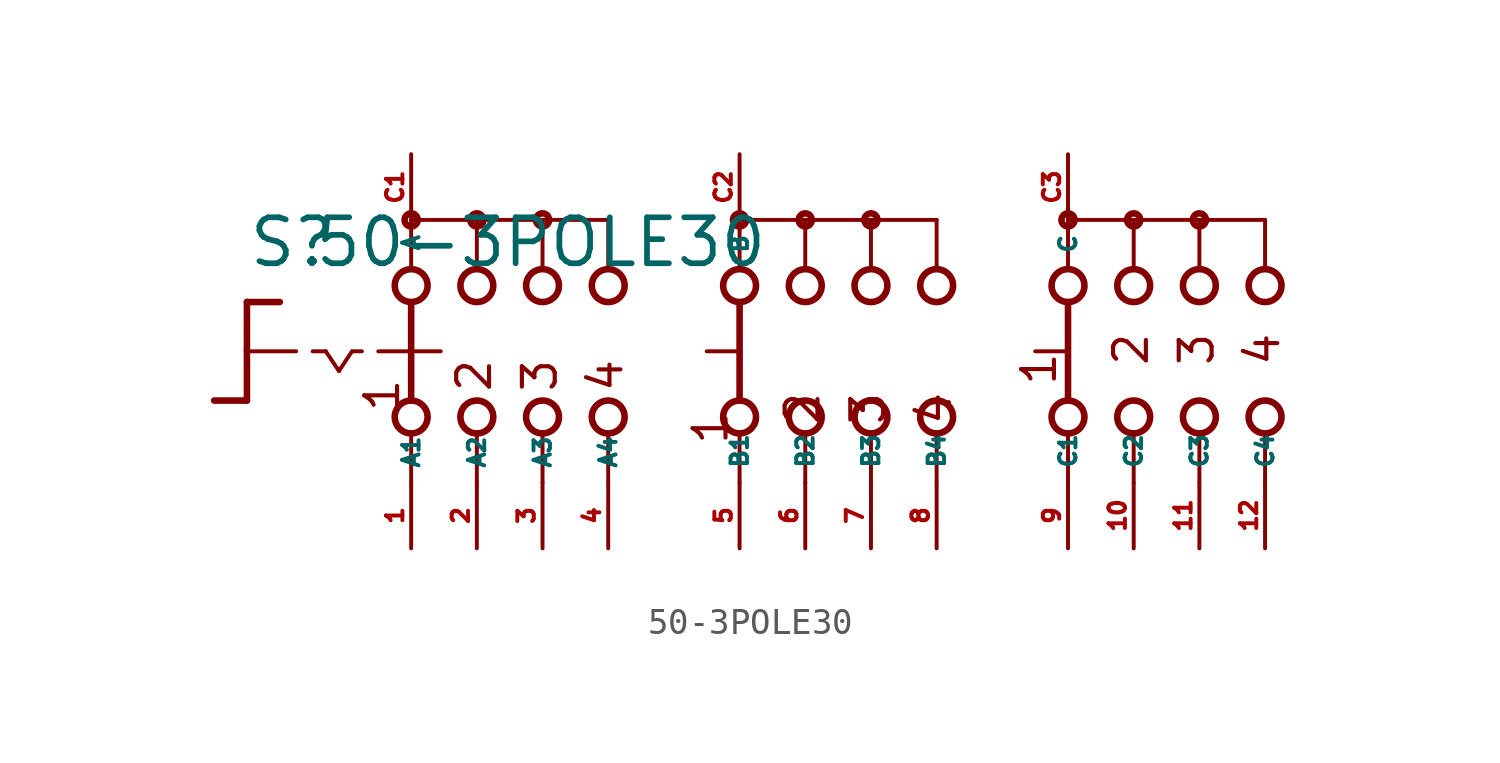
<source format=kicad_sym>
(kicad_symbol_lib
  (version 20220914)
  (generator Eagle2Kicad)
  (symbol "50-3POLE30"
    (property "Reference" "S"
      (at -19.05 3.175 0)
      (effects (font (size 1.778 1.778) (thickness 0.22)) (justify left bottom)))
    (property "Value" "50-3POLE30"
      (at -16.51 3.175 0)
      (effects (font (size 1.778 1.778) (thickness 0.22)) (justify left bottom)))
    (polyline
      (pts (xy -19.05 1.905) (xy -17.78 1.905))
      (stroke (width 0.254) (type default))
      (fill (type none)))
    (polyline
      (pts (xy -19.05 1.905) (xy -19.05 0))
      (stroke (width 0.254) (type default))
      (fill (type none)))
    (polyline
      (pts (xy -19.05 -1.905) (xy -20.32 -1.905))
      (stroke (width 0.254) (type default))
      (fill (type none)))
    (polyline
      (pts (xy -19.05 0) (xy -17.145 0))
      (stroke (width 0.152) (type default))
      (fill (type none)))
    (polyline
      (pts (xy -19.05 0) (xy -19.05 -1.905))
      (stroke (width 0.254) (type default))
      (fill (type none)))
    (polyline
      (pts (xy -16.51 0) (xy -16.002 0))
      (stroke (width 0.152) (type default))
      (fill (type none)))
    (polyline
      (pts (xy -14.986 0) (xy -14.605 0))
      (stroke (width 0.152) (type default))
      (fill (type none)))
    (polyline
      (pts (xy -13.97 0) (xy -12.827 0))
      (stroke (width 0.152) (type default))
      (fill (type none)))
    (polyline
      (pts (xy -16.002 0) (xy -15.494 -0.762))
      (stroke (width 0.152) (type default))
      (fill (type none)))
    (polyline
      (pts (xy -15.494 -0.762) (xy -14.986 0))
      (stroke (width 0.152) (type default))
      (fill (type none)))
    (polyline
      (pts (xy -10.16 3.175) (xy -10.16 5.08))
      (stroke (width 0.152) (type default))
      (fill (type none)))
    (polyline
      (pts (xy -7.62 3.175) (xy -7.62 5.08))
      (stroke (width 0.152) (type default))
      (fill (type none)))
    (polyline
      (pts (xy -5.08 3.175) (xy -5.08 5.08))
      (stroke (width 0.152) (type default))
      (fill (type none)))
    (polyline
      (pts (xy -10.16 -5.08) (xy -10.16 -3.175))
      (stroke (width 0.152) (type default))
      (fill (type none)))
    (polyline
      (pts (xy -7.62 -5.08) (xy -7.62 -3.175))
      (stroke (width 0.152) (type default))
      (fill (type none)))
    (polyline
      (pts (xy -5.08 -5.08) (xy -5.08 -3.175))
      (stroke (width 0.152) (type default))
      (fill (type none)))
    (polyline
      (pts (xy -7.62 5.08) (xy -10.16 5.08))
      (stroke (width 0.152) (type default))
      (fill (type none)))
    (polyline
      (pts (xy -7.62 5.08) (xy -5.08 5.08))
      (stroke (width 0.152) (type default))
      (fill (type none)))
    (polyline
      (pts (xy 0 -5.08) (xy 0 -3.175))
      (stroke (width 0.152) (type default))
      (fill (type none)))
    (polyline
      (pts (xy 2.54 -5.08) (xy 2.54 -3.175))
      (stroke (width 0.152) (type default))
      (fill (type none)))
    (polyline
      (pts (xy 0 3.175) (xy 0 5.08))
      (stroke (width 0.152) (type default))
      (fill (type none)))
    (polyline
      (pts (xy 2.54 3.175) (xy 2.54 5.08))
      (stroke (width 0.152) (type default))
      (fill (type none)))
    (polyline
      (pts (xy 0 5.08) (xy 2.54 5.08))
      (stroke (width 0.152) (type default))
      (fill (type none)))
    (polyline
      (pts (xy -12.7 5.08) (xy -12.7 3.175))
      (stroke (width 0.152) (type default))
      (fill (type none)))
    (polyline
      (pts (xy -12.7 1.905) (xy -12.7 0))
      (stroke (width 0.254) (type default))
      (fill (type none)))
    (polyline
      (pts (xy -12.7 -3.175) (xy -12.7 -5.08))
      (stroke (width 0.152) (type default))
      (fill (type none)))
    (polyline
      (pts (xy -10.16 5.08) (xy -12.7 5.08))
      (stroke (width 0.152) (type default))
      (fill (type none)))
    (polyline
      (pts (xy 5.08 3.175) (xy 5.08 5.08))
      (stroke (width 0.152) (type default))
      (fill (type none)))
    (polyline
      (pts (xy 5.08 -5.08) (xy 5.08 -3.175))
      (stroke (width 0.152) (type default))
      (fill (type none)))
    (polyline
      (pts (xy 7.62 3.175) (xy 7.62 5.08))
      (stroke (width 0.152) (type default))
      (fill (type none)))
    (polyline
      (pts (xy 12.7 3.175) (xy 12.7 5.08))
      (stroke (width 0.152) (type default))
      (fill (type none)))
    (polyline
      (pts (xy 15.24 3.175) (xy 15.24 5.08))
      (stroke (width 0.152) (type default))
      (fill (type none)))
    (polyline
      (pts (xy 17.78 3.175) (xy 17.78 5.08))
      (stroke (width 0.152) (type default))
      (fill (type none)))
    (polyline
      (pts (xy 20.32 3.175) (xy 20.32 5.08))
      (stroke (width 0.152) (type default))
      (fill (type none)))
    (polyline
      (pts (xy 5.08 5.08) (xy 7.62 5.08))
      (stroke (width 0.152) (type default))
      (fill (type none)))
    (polyline
      (pts (xy 12.7 5.08) (xy 15.24 5.08))
      (stroke (width 0.152) (type default))
      (fill (type none)))
    (polyline
      (pts (xy 15.24 5.08) (xy 17.78 5.08))
      (stroke (width 0.152) (type default))
      (fill (type none)))
    (polyline
      (pts (xy 17.78 5.08) (xy 20.32 5.08))
      (stroke (width 0.152) (type default))
      (fill (type none)))
    (polyline
      (pts (xy 7.62 -5.08) (xy 7.62 -3.175))
      (stroke (width 0.152) (type default))
      (fill (type none)))
    (polyline
      (pts (xy 12.7 -5.08) (xy 12.7 -3.175))
      (stroke (width 0.152) (type default))
      (fill (type none)))
    (polyline
      (pts (xy 15.24 -5.08) (xy 15.24 -3.175))
      (stroke (width 0.152) (type default))
      (fill (type none)))
    (polyline
      (pts (xy 17.78 -5.08) (xy 17.78 -3.175))
      (stroke (width 0.152) (type default))
      (fill (type none)))
    (polyline
      (pts (xy 20.32 -5.08) (xy 20.32 -3.175))
      (stroke (width 0.152) (type default))
      (fill (type none)))
    (polyline
      (pts (xy -12.7 0) (xy -11.557 0))
      (stroke (width 0.152) (type default))
      (fill (type none)))
    (polyline
      (pts (xy -12.7 0) (xy -12.7 -1.905))
      (stroke (width 0.254) (type default))
      (fill (type none)))
    (polyline
      (pts (xy -1.27 0) (xy -0.127 0))
      (stroke (width 0.152) (type default))
      (fill (type none)))
    (polyline
      (pts (xy 0 1.905) (xy 0 -1.905))
      (stroke (width 0.254) (type default))
      (fill (type none)))
    (polyline
      (pts (xy 2.54 5.08) (xy 5.08 5.08))
      (stroke (width 0.152) (type default))
      (fill (type none)))
    (polyline
      (pts (xy 12.7 1.905) (xy 12.7 -1.905))
      (stroke (width 0.254) (type default))
      (fill (type none)))
    (polyline
      (pts (xy 11.43 0) (xy 12.573 0))
      (stroke (width 0.152) (type default))
      (fill (type none)))
    (text "1"
      (at 12.319 -1.397 900)
      (effects (font (size 1.27 1.27) (thickness 0.16)) (justify left bottom)))
    (text "2"
      (at 15.875 -0.635 900)
      (effects (font (size 1.27 1.27) (thickness 0.16)) (justify left bottom)))
    (text "3"
      (at 18.415 -0.635 900)
      (effects (font (size 1.27 1.27) (thickness 0.16)) (justify left bottom)))
    (text "4"
      (at 20.955 -0.635 900)
      (effects (font (size 1.27 1.27) (thickness 0.16)) (justify left bottom)))
    (text "1 "
      (at -13.081 -2.413 900)
      (effects (font (size 1.27 1.27) (thickness 0.16)) (justify left bottom)))
    (text "2 "
      (at -9.525 -1.651 900)
      (effects (font (size 1.27 1.27) (thickness 0.16)) (justify left bottom)))
    (text "3 "
      (at -6.985 -1.651 900)
      (effects (font (size 1.27 1.27) (thickness 0.16)) (justify left bottom)))
    (text "4 "
      (at -4.445 -1.651 900)
      (effects (font (size 1.27 1.27) (thickness 0.16)) (justify left bottom)))
    (text "1  "
      (at -0.381 -3.683 900)
      (effects (font (size 1.27 1.27) (thickness 0.16)) (justify left bottom)))
    (text "2  "
      (at 3.175 -2.921 900)
      (effects (font (size 1.27 1.27) (thickness 0.16)) (justify left bottom)))
    (text "3  "
      (at 5.715 -2.921 900)
      (effects (font (size 1.27 1.27) (thickness 0.16)) (justify left bottom)))
    (text "4  "
      (at 8.255 -2.921 900)
      (effects (font (size 1.27 1.27) (thickness 0.16)) (justify left bottom)))
    (circle
      (center -7.62 5.08)
      (radius 0.254)
      (stroke (width 0.254) (type default))
      (fill (type none)))
    (circle
      (center -12.7 5.08)
      (radius 0.254)
      (stroke (width 0.254) (type default))
      (fill (type none)))
    (circle
      (center -10.16 5.08)
      (radius 0.254)
      (stroke (width 0.254) (type default))
      (fill (type none)))
    (circle
      (center -12.7 2.54)
      (radius 0.635)
      (stroke (width 0.254) (type default))
      (fill (type none)))
    (circle
      (center -10.16 2.54)
      (radius 0.635)
      (stroke (width 0.254) (type default))
      (fill (type none)))
    (circle
      (center -7.62 2.54)
      (radius 0.635)
      (stroke (width 0.254) (type default))
      (fill (type none)))
    (circle
      (center -12.7 -2.54)
      (radius 0.635)
      (stroke (width 0.254) (type default))
      (fill (type none)))
    (circle
      (center -10.16 -2.54)
      (radius 0.635)
      (stroke (width 0.254) (type default))
      (fill (type none)))
    (circle
      (center -7.62 -2.54)
      (radius 0.635)
      (stroke (width 0.254) (type default))
      (fill (type none)))
    (circle
      (center 0 5.08)
      (radius 0.254)
      (stroke (width 0.254) (type default))
      (fill (type none)))
    (circle
      (center -5.08 2.54)
      (radius 0.635)
      (stroke (width 0.254) (type default))
      (fill (type none)))
    (circle
      (center 0 2.54)
      (radius 0.635)
      (stroke (width 0.254) (type default))
      (fill (type none)))
    (circle
      (center -5.08 -2.54)
      (radius 0.635)
      (stroke (width 0.254) (type default))
      (fill (type none)))
    (circle
      (center 0 -2.54)
      (radius 0.635)
      (stroke (width 0.254) (type default))
      (fill (type none)))
    (circle
      (center 2.54 2.54)
      (radius 0.635)
      (stroke (width 0.254) (type default))
      (fill (type none)))
    (circle
      (center 2.54 -2.54)
      (radius 0.635)
      (stroke (width 0.254) (type default))
      (fill (type none)))
    (circle
      (center 5.08 5.08)
      (radius 0.254)
      (stroke (width 0.254) (type default))
      (fill (type none)))
    (circle
      (center 5.08 2.54)
      (radius 0.635)
      (stroke (width 0.254) (type default))
      (fill (type none)))
    (circle
      (center 5.08 -2.54)
      (radius 0.635)
      (stroke (width 0.254) (type default))
      (fill (type none)))
    (circle
      (center 7.62 2.54)
      (radius 0.635)
      (stroke (width 0.254) (type default))
      (fill (type none)))
    (circle
      (center 12.7 2.54)
      (radius 0.635)
      (stroke (width 0.254) (type default))
      (fill (type none)))
    (circle
      (center 15.24 2.54)
      (radius 0.635)
      (stroke (width 0.254) (type default))
      (fill (type none)))
    (circle
      (center 17.78 2.54)
      (radius 0.635)
      (stroke (width 0.254) (type default))
      (fill (type none)))
    (circle
      (center 20.32 2.54)
      (radius 0.635)
      (stroke (width 0.254) (type default))
      (fill (type none)))
    (circle
      (center 12.7 5.08)
      (radius 0.254)
      (stroke (width 0.254) (type default))
      (fill (type none)))
    (circle
      (center 15.24 5.08)
      (radius 0.254)
      (stroke (width 0.254) (type default))
      (fill (type none)))
    (circle
      (center 17.78 5.08)
      (radius 0.254)
      (stroke (width 0.254) (type default))
      (fill (type none)))
    (circle
      (center 7.62 -2.54)
      (radius 0.635)
      (stroke (width 0.254) (type default))
      (fill (type none)))
    (circle
      (center 12.7 -2.54)
      (radius 0.635)
      (stroke (width 0.254) (type default))
      (fill (type none)))
    (circle
      (center 15.24 -2.54)
      (radius 0.635)
      (stroke (width 0.254) (type default))
      (fill (type none)))
    (circle
      (center 17.78 -2.54)
      (radius 0.635)
      (stroke (width 0.254) (type default))
      (fill (type none)))
    (circle
      (center 20.32 -2.54)
      (radius 0.635)
      (stroke (width 0.254) (type default))
      (fill (type none)))
    (circle
      (center 2.54 5.08)
      (radius 0.254)
      (stroke (width 0.254) (type default))
      (fill (type none)))
    (pin passive line
      (at -12.7 -7.62 90)
      (length 2.54)
      (name "A1" (effects (font (size 0.635 0.635) (thickness 0.08)) (justify left bottom)))
      (number "1" (effects (font (size 0.635 0.635) (thickness 0.08)) (justify left bottom))))
    (pin passive line
      (at -12.7 7.62 270)
      (length 2.54)
      (name "A" (effects (font (size 0.635 0.635) (thickness 0.08)) (justify left bottom)))
      (number "C1" (effects (font (size 0.635 0.635) (thickness 0.08)) (justify left bottom))))
    (pin passive line
      (at -10.16 -7.62 90)
      (length 2.54)
      (name "A2" (effects (font (size 0.635 0.635) (thickness 0.08)) (justify left bottom)))
      (number "2" (effects (font (size 0.635 0.635) (thickness 0.08)) (justify left bottom))))
    (pin passive line
      (at -7.62 -7.62 90)
      (length 2.54)
      (name "A3" (effects (font (size 0.635 0.635) (thickness 0.08)) (justify left bottom)))
      (number "3" (effects (font (size 0.635 0.635) (thickness 0.08)) (justify left bottom))))
    (pin passive line
      (at -5.08 -7.62 90)
      (length 2.54)
      (name "A4" (effects (font (size 0.635 0.635) (thickness 0.08)) (justify left bottom)))
      (number "4" (effects (font (size 0.635 0.635) (thickness 0.08)) (justify left bottom))))
    (pin passive line
      (at 0 -7.62 90)
      (length 2.54)
      (name "B1" (effects (font (size 0.635 0.635) (thickness 0.08)) (justify left bottom)))
      (number "5" (effects (font (size 0.635 0.635) (thickness 0.08)) (justify left bottom))))
    (pin passive line
      (at 2.54 -7.62 90)
      (length 2.54)
      (name "B2" (effects (font (size 0.635 0.635) (thickness 0.08)) (justify left bottom)))
      (number "6" (effects (font (size 0.635 0.635) (thickness 0.08)) (justify left bottom))))
    (pin passive line
      (at 5.08 -7.62 90)
      (length 2.54)
      (name "B3" (effects (font (size 0.635 0.635) (thickness 0.08)) (justify left bottom)))
      (number "7" (effects (font (size 0.635 0.635) (thickness 0.08)) (justify left bottom))))
    (pin passive line
      (at 7.62 -7.62 90)
      (length 2.54)
      (name "B4" (effects (font (size 0.635 0.635) (thickness 0.08)) (justify left bottom)))
      (number "8" (effects (font (size 0.635 0.635) (thickness 0.08)) (justify left bottom))))
    (pin passive line
      (at 12.7 -7.62 90)
      (length 2.54)
      (name "C1" (effects (font (size 0.635 0.635) (thickness 0.08)) (justify left bottom)))
      (number "9" (effects (font (size 0.635 0.635) (thickness 0.08)) (justify left bottom))))
    (pin passive line
      (at 15.24 -7.62 90)
      (length 2.54)
      (name "C2" (effects (font (size 0.635 0.635) (thickness 0.08)) (justify left bottom)))
      (number "10" (effects (font (size 0.635 0.635) (thickness 0.08)) (justify left bottom))))
    (pin passive line
      (at 17.78 -7.62 90)
      (length 2.54)
      (name "C3" (effects (font (size 0.635 0.635) (thickness 0.08)) (justify left bottom)))
      (number "11" (effects (font (size 0.635 0.635) (thickness 0.08)) (justify left bottom))))
    (pin passive line
      (at 20.32 -7.62 90)
      (length 2.54)
      (name "C4" (effects (font (size 0.635 0.635) (thickness 0.08)) (justify left bottom)))
      (number "12" (effects (font (size 0.635 0.635) (thickness 0.08)) (justify left bottom))))
    (pin passive line
      (at 0 7.62 270)
      (length 2.54)
      (name "B" (effects (font (size 0.635 0.635) (thickness 0.08)) (justify left bottom)))
      (number "C2" (effects (font (size 0.635 0.635) (thickness 0.08)) (justify left bottom))))
    (pin passive line
      (at 12.7 7.62 270)
      (length 2.54)
      (name "C" (effects (font (size 0.635 0.635) (thickness 0.08)) (justify left bottom)))
      (number "C3" (effects (font (size 0.635 0.635) (thickness 0.08)) (justify left bottom))))))
</source>
